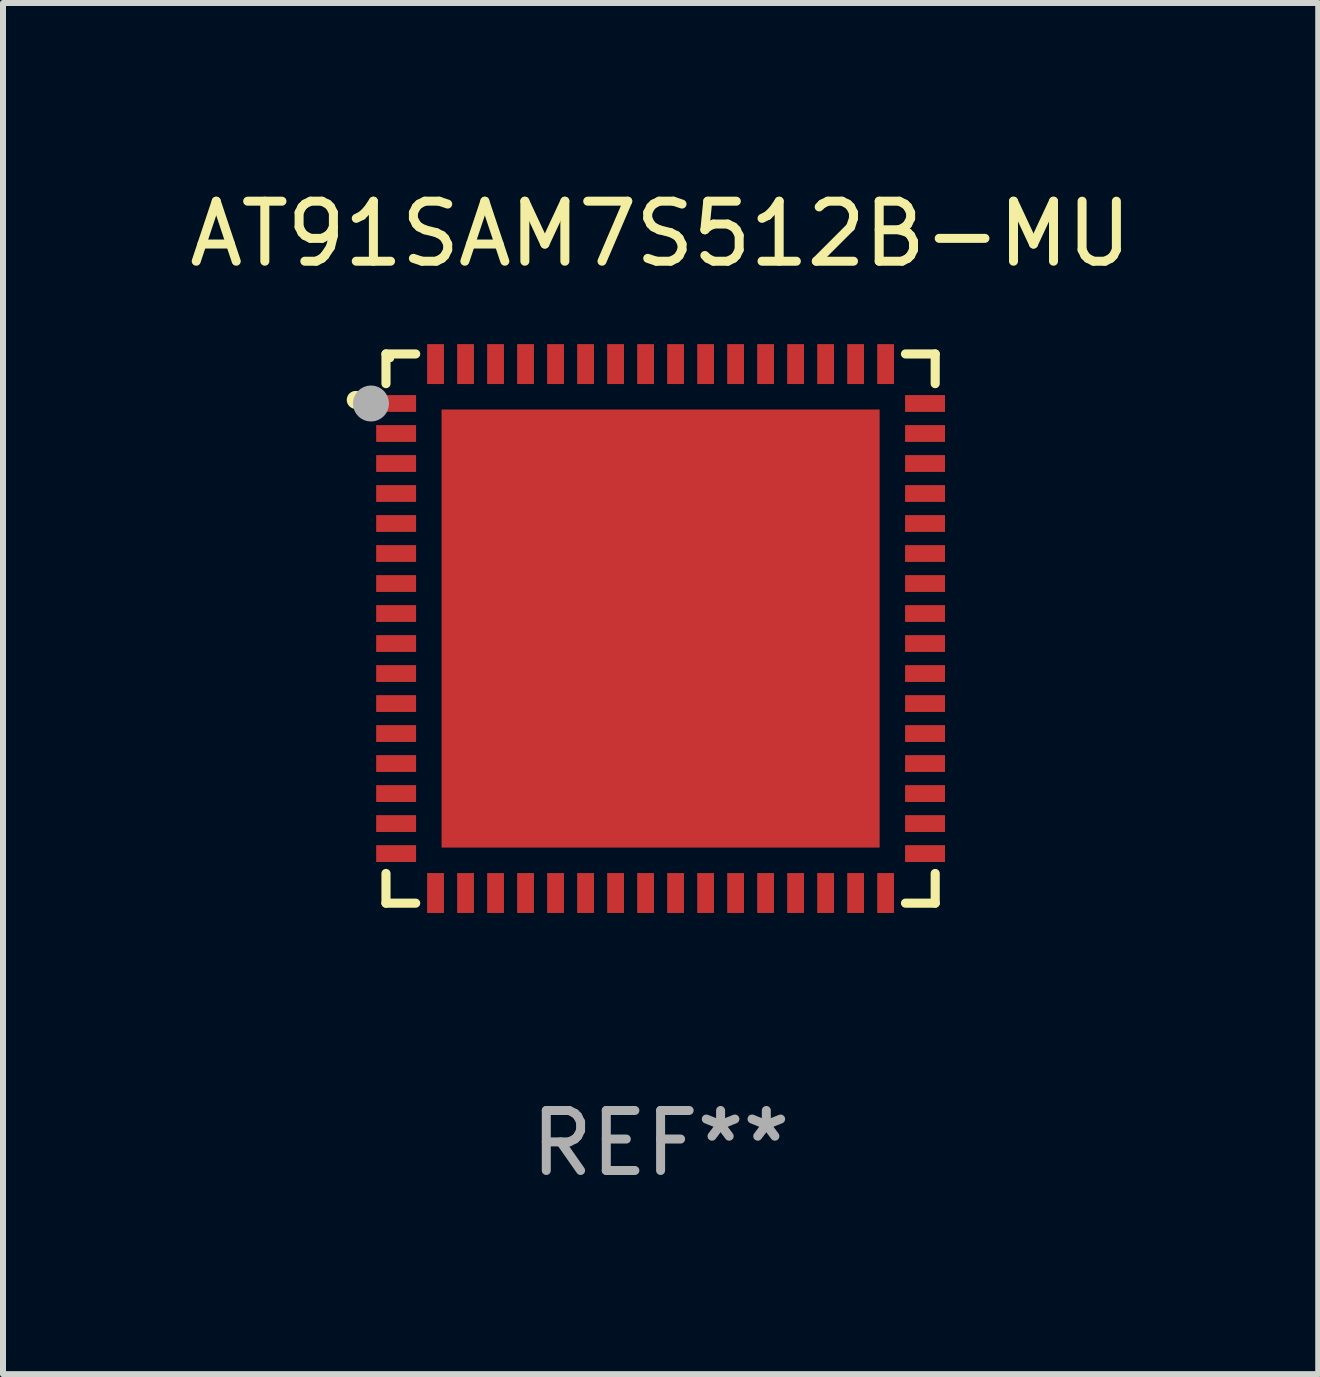
<source format=kicad_pcb>
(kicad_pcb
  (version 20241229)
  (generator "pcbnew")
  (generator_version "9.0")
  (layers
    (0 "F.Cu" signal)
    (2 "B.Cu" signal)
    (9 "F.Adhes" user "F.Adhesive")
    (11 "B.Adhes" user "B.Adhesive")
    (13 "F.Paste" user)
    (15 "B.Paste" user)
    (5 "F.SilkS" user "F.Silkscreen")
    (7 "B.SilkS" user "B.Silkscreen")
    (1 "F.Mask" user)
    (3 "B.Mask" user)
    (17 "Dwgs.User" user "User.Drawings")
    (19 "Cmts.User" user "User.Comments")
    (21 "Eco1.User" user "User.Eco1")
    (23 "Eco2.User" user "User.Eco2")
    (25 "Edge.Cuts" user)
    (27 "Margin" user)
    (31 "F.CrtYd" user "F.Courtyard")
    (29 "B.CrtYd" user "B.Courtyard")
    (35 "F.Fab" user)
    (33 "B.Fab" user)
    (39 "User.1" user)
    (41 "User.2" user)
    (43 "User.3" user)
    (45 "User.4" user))
  (footprint "AT91SAM7S512B-MU"
    (layer "F.Cu")
    (at 7.958 7.424)
    (property "Reference" "AT91SAM7S512B-MU" (at 0 -6.576 0) (layer "F.SilkS") (effects (font (size 1 1) (thickness 0.15))))
    (attr through_hole)
    (fp_line (start -4.576 -4.576) (end -4.576 -4.081) (stroke (width 0.152) (type solid)) (layer "F.SilkS"))
    (fp_line (start -4.576 4.576) (end -4.576 4.081) (stroke (width 0.152) (type solid)) (layer "F.SilkS"))
    (fp_line (start -4.081 -4.576) (end -4.576 -4.576) (stroke (width 0.152) (type solid)) (layer "F.SilkS"))
    (fp_line (start -4.081 4.576) (end -4.576 4.576) (stroke (width 0.152) (type solid)) (layer "F.SilkS"))
    (fp_line (start 4.081 -4.576) (end 4.576 -4.576) (stroke (width 0.152) (type solid)) (layer "F.SilkS"))
    (fp_line (start 4.081 4.576) (end 4.576 4.576) (stroke (width 0.152) (type solid)) (layer "F.SilkS"))
    (fp_line (start 4.576 -4.576) (end 4.576 -4.081) (stroke (width 0.152) (type solid)) (layer "F.SilkS"))
    (fp_line (start 4.576 4.576) (end 4.576 4.081) (stroke (width 0.152) (type solid)) (layer "F.SilkS"))
    (fp_circle (center -5.08 -3.81) (end -5.005 -3.81) (stroke (width 0.15) (type solid)) (fill no) (layer "F.SilkS"))
    (fp_circle (center -4.5 -4.5) (end -4.47 -4.5) (stroke (width 0.06) (type solid)) (fill no) (layer "F.SilkS"))
    (fp_circle (center -4.826 -3.75) (end -4.676 -3.75) (stroke (width 0.3) (type solid)) (fill no) (layer "F.Fab"))
    (fp_text user "REF**" (at 0 8.576 0) (layer "F.Fab") (effects (font (size 1 1) (thickness 0.15))))
    (pad "1" smd rect (at -4.407 -3.75) (size 0.665 0.28) (layers "F.Cu" "F.Mask" "F.Paste"))
    (pad "2" smd rect (at -4.407 -3.25) (size 0.665 0.28) (layers "F.Cu" "F.Mask" "F.Paste"))
    (pad "3" smd rect (at -4.407 -2.75) (size 0.665 0.28) (layers "F.Cu" "F.Mask" "F.Paste"))
    (pad "4" smd rect (at -4.407 -2.25) (size 0.665 0.28) (layers "F.Cu" "F.Mask" "F.Paste"))
    (pad "5" smd rect (at -4.407 -1.75) (size 0.665 0.28) (layers "F.Cu" "F.Mask" "F.Paste"))
    (pad "6" smd rect (at -4.407 -1.25) (size 0.665 0.28) (layers "F.Cu" "F.Mask" "F.Paste"))
    (pad "7" smd rect (at -4.407 -0.75) (size 0.665 0.28) (layers "F.Cu" "F.Mask" "F.Paste"))
    (pad "8" smd rect (at -4.407 -0.25) (size 0.665 0.28) (layers "F.Cu" "F.Mask" "F.Paste"))
    (pad "9" smd rect (at -4.407 0.25) (size 0.665 0.28) (layers "F.Cu" "F.Mask" "F.Paste"))
    (pad "10" smd rect (at -4.407 0.75) (size 0.665 0.28) (layers "F.Cu" "F.Mask" "F.Paste"))
    (pad "11" smd rect (at -4.407 1.25) (size 0.665 0.28) (layers "F.Cu" "F.Mask" "F.Paste"))
    (pad "12" smd rect (at -4.407 1.75) (size 0.665 0.28) (layers "F.Cu" "F.Mask" "F.Paste"))
    (pad "13" smd rect (at -4.407 2.25) (size 0.665 0.28) (layers "F.Cu" "F.Mask" "F.Paste"))
    (pad "14" smd rect (at -4.407 2.75) (size 0.665 0.28) (layers "F.Cu" "F.Mask" "F.Paste"))
    (pad "15" smd rect (at -4.407 3.25) (size 0.665 0.28) (layers "F.Cu" "F.Mask" "F.Paste"))
    (pad "16" smd rect (at -4.407 3.75) (size 0.665 0.28) (layers "F.Cu" "F.Mask" "F.Paste"))
    (pad "17" smd rect (at -3.75 4.407) (size 0.28 0.665) (layers "F.Cu" "F.Mask" "F.Paste"))
    (pad "18" smd rect (at -3.25 4.407) (size 0.28 0.665) (layers "F.Cu" "F.Mask" "F.Paste"))
    (pad "19" smd rect (at -2.75 4.407) (size 0.28 0.665) (layers "F.Cu" "F.Mask" "F.Paste"))
    (pad "20" smd rect (at -2.25 4.407) (size 0.28 0.665) (layers "F.Cu" "F.Mask" "F.Paste"))
    (pad "21" smd rect (at -1.75 4.407) (size 0.28 0.665) (layers "F.Cu" "F.Mask" "F.Paste"))
    (pad "22" smd rect (at -1.25 4.407) (size 0.28 0.665) (layers "F.Cu" "F.Mask" "F.Paste"))
    (pad "23" smd rect (at -0.75 4.407) (size 0.28 0.665) (layers "F.Cu" "F.Mask" "F.Paste"))
    (pad "24" smd rect (at -0.25 4.407) (size 0.28 0.665) (layers "F.Cu" "F.Mask" "F.Paste"))
    (pad "25" smd rect (at 0.25 4.407) (size 0.28 0.665) (layers "F.Cu" "F.Mask" "F.Paste"))
    (pad "26" smd rect (at 0.75 4.407) (size 0.28 0.665) (layers "F.Cu" "F.Mask" "F.Paste"))
    (pad "27" smd rect (at 1.25 4.407) (size 0.28 0.665) (layers "F.Cu" "F.Mask" "F.Paste"))
    (pad "28" smd rect (at 1.75 4.407) (size 0.28 0.665) (layers "F.Cu" "F.Mask" "F.Paste"))
    (pad "29" smd rect (at 2.25 4.407) (size 0.28 0.665) (layers "F.Cu" "F.Mask" "F.Paste"))
    (pad "30" smd rect (at 2.75 4.407) (size 0.28 0.665) (layers "F.Cu" "F.Mask" "F.Paste"))
    (pad "31" smd rect (at 3.25 4.407) (size 0.28 0.665) (layers "F.Cu" "F.Mask" "F.Paste"))
    (pad "32" smd rect (at 3.75 4.407) (size 0.28 0.665) (layers "F.Cu" "F.Mask" "F.Paste"))
    (pad "33" smd rect (at 4.407 3.75) (size 0.665 0.28) (layers "F.Cu" "F.Mask" "F.Paste"))
    (pad "34" smd rect (at 4.407 3.25) (size 0.665 0.28) (layers "F.Cu" "F.Mask" "F.Paste"))
    (pad "35" smd rect (at 4.407 2.75) (size 0.665 0.28) (layers "F.Cu" "F.Mask" "F.Paste"))
    (pad "36" smd rect (at 4.407 2.25) (size 0.665 0.28) (layers "F.Cu" "F.Mask" "F.Paste"))
    (pad "37" smd rect (at 4.407 1.75) (size 0.665 0.28) (layers "F.Cu" "F.Mask" "F.Paste"))
    (pad "38" smd rect (at 4.407 1.25) (size 0.665 0.28) (layers "F.Cu" "F.Mask" "F.Paste"))
    (pad "39" smd rect (at 4.407 0.75) (size 0.665 0.28) (layers "F.Cu" "F.Mask" "F.Paste"))
    (pad "40" smd rect (at 4.407 0.25) (size 0.665 0.28) (layers "F.Cu" "F.Mask" "F.Paste"))
    (pad "41" smd rect (at 4.407 -0.25) (size 0.665 0.28) (layers "F.Cu" "F.Mask" "F.Paste"))
    (pad "42" smd rect (at 4.407 -0.75) (size 0.665 0.28) (layers "F.Cu" "F.Mask" "F.Paste"))
    (pad "43" smd rect (at 4.407 -1.25) (size 0.665 0.28) (layers "F.Cu" "F.Mask" "F.Paste"))
    (pad "44" smd rect (at 4.407 -1.75) (size 0.665 0.28) (layers "F.Cu" "F.Mask" "F.Paste"))
    (pad "45" smd rect (at 4.407 -2.25) (size 0.665 0.28) (layers "F.Cu" "F.Mask" "F.Paste"))
    (pad "46" smd rect (at 4.407 -2.75) (size 0.665 0.28) (layers "F.Cu" "F.Mask" "F.Paste"))
    (pad "47" smd rect (at 4.407 -3.25) (size 0.665 0.28) (layers "F.Cu" "F.Mask" "F.Paste"))
    (pad "48" smd rect (at 4.407 -3.75) (size 0.665 0.28) (layers "F.Cu" "F.Mask" "F.Paste"))
    (pad "49" smd rect (at 3.75 -4.407) (size 0.28 0.665) (layers "F.Cu" "F.Mask" "F.Paste"))
    (pad "50" smd rect (at 3.25 -4.407) (size 0.28 0.665) (layers "F.Cu" "F.Mask" "F.Paste"))
    (pad "51" smd rect (at 2.75 -4.407) (size 0.28 0.665) (layers "F.Cu" "F.Mask" "F.Paste"))
    (pad "52" smd rect (at 2.25 -4.407) (size 0.28 0.665) (layers "F.Cu" "F.Mask" "F.Paste"))
    (pad "53" smd rect (at 1.75 -4.407) (size 0.28 0.665) (layers "F.Cu" "F.Mask" "F.Paste"))
    (pad "54" smd rect (at 1.25 -4.407) (size 0.28 0.665) (layers "F.Cu" "F.Mask" "F.Paste"))
    (pad "55" smd rect (at 0.75 -4.407) (size 0.28 0.665) (layers "F.Cu" "F.Mask" "F.Paste"))
    (pad "56" smd rect (at 0.25 -4.407) (size 0.28 0.665) (layers "F.Cu" "F.Mask" "F.Paste"))
    (pad "57" smd rect (at -0.25 -4.407) (size 0.28 0.665) (layers "F.Cu" "F.Mask" "F.Paste"))
    (pad "58" smd rect (at -0.75 -4.407) (size 0.28 0.665) (layers "F.Cu" "F.Mask" "F.Paste"))
    (pad "59" smd rect (at -1.25 -4.407) (size 0.28 0.665) (layers "F.Cu" "F.Mask" "F.Paste"))
    (pad "60" smd rect (at -1.75 -4.407) (size 0.28 0.665) (layers "F.Cu" "F.Mask" "F.Paste"))
    (pad "61" smd rect (at -2.25 -4.407) (size 0.28 0.665) (layers "F.Cu" "F.Mask" "F.Paste"))
    (pad "62" smd rect (at -2.75 -4.407) (size 0.28 0.665) (layers "F.Cu" "F.Mask" "F.Paste"))
    (pad "63" smd rect (at -3.25 -4.407) (size 0.28 0.665) (layers "F.Cu" "F.Mask" "F.Paste"))
    (pad "64" smd rect (at -3.75 -4.407) (size 0.28 0.665) (layers "F.Cu" "F.Mask" "F.Paste"))
    (pad "65" smd rect (at 0 0) (size 7.3 7.3) (layers "F.Cu" "F.Mask" "F.Paste")))
  (gr_rect
    (start -3 -3)
    (end 18.917 19.849)
    (stroke (width 0.1) (type default))
    (fill no)
    (layer "Edge.Cuts")))
</source>
